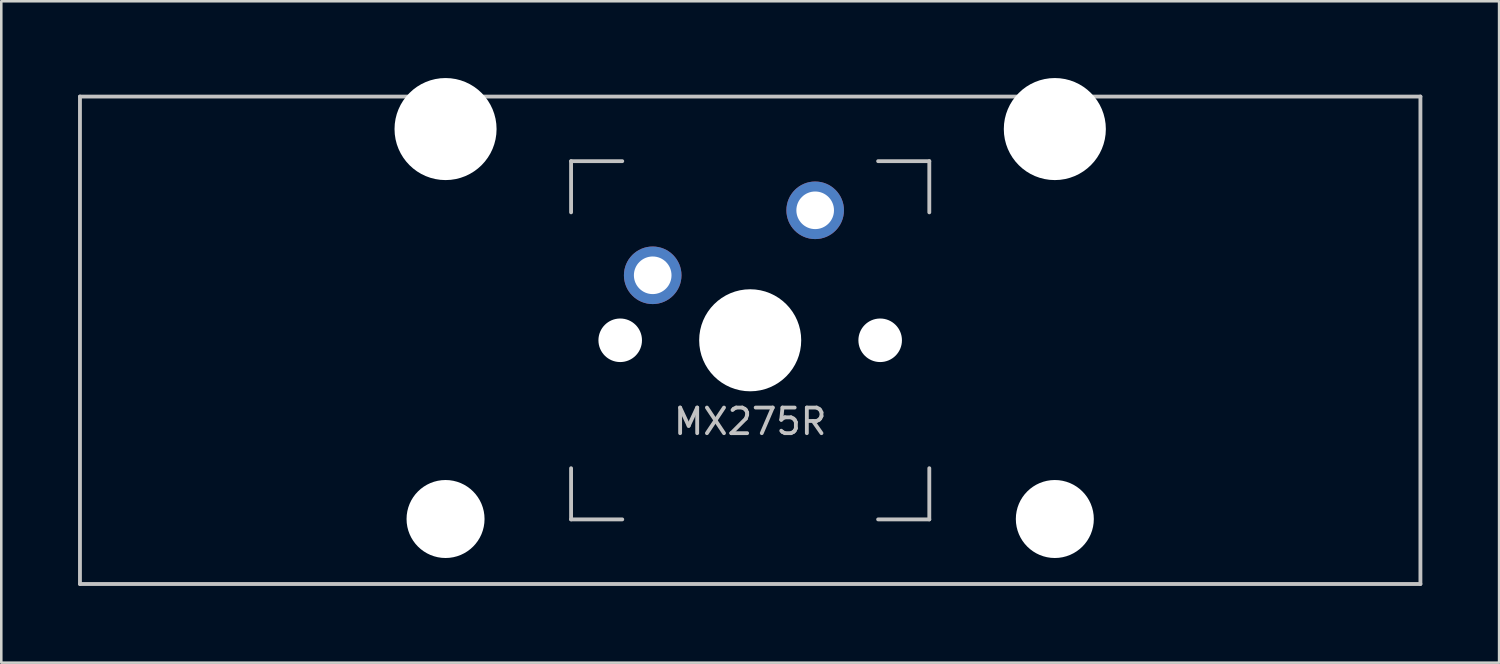
<source format=kicad_pcb>
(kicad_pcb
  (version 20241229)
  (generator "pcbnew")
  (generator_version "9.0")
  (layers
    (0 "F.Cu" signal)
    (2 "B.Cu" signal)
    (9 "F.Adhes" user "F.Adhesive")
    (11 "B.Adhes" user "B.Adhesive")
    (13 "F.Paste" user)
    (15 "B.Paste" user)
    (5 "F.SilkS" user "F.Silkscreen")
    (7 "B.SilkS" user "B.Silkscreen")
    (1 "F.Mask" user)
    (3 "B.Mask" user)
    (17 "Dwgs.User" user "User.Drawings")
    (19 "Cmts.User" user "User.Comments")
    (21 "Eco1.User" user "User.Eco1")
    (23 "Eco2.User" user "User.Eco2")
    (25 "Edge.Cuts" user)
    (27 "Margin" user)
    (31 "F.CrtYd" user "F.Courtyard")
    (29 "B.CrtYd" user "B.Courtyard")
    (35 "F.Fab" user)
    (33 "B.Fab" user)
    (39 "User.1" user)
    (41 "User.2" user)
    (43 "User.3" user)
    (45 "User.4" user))
  (footprint "MX275R"
    (layer "F.Cu")
    (at 26.269 10.249)
    (property "Reference" "MX275R" (at 0 3.175 0) (layer "Dwgs.User") (effects (font (size 1 1) (thickness 0.15))))
    (attr through_hole)
    (fp_line (start -26.194 -9.525) (end 26.194 -9.525) (stroke (width 0.15) (type solid)) (layer "Dwgs.User"))
    (fp_line (start -26.194 9.525) (end -26.194 -9.525) (stroke (width 0.15) (type solid)) (layer "Dwgs.User"))
    (fp_line (start -26.194 9.525) (end 26.194 9.525) (stroke (width 0.15) (type solid)) (layer "Dwgs.User"))
    (fp_line (start -7 -7) (end -7 -5) (stroke (width 0.15) (type solid)) (layer "Dwgs.User"))
    (fp_line (start -7 5) (end -7 7) (stroke (width 0.15) (type solid)) (layer "Dwgs.User"))
    (fp_line (start -7 7) (end -5 7) (stroke (width 0.15) (type solid)) (layer "Dwgs.User"))
    (fp_line (start -5 -7) (end -7 -7) (stroke (width 0.15) (type solid)) (layer "Dwgs.User"))
    (fp_line (start 5 -7) (end 7 -7) (stroke (width 0.15) (type solid)) (layer "Dwgs.User"))
    (fp_line (start 5 7) (end 7 7) (stroke (width 0.15) (type solid)) (layer "Dwgs.User"))
    (fp_line (start 7 -7) (end 7 -5) (stroke (width 0.15) (type solid)) (layer "Dwgs.User"))
    (fp_line (start 7 7) (end 7 5) (stroke (width 0.15) (type solid)) (layer "Dwgs.User"))
    (fp_line (start 26.194 -9.525) (end 26.194 9.525) (stroke (width 0.15) (type solid)) (layer "Dwgs.User"))
    (pad "" np_thru_hole circle (at -11.906 -8.255) (size 3.988 3.988) (drill 3.988) (layers "*.Cu" "*.Mask"))
    (pad "" np_thru_hole circle (at -11.906 6.985) (size 3.048 3.048) (drill 3.048) (layers "*.Cu" "*.Mask"))
    (pad "" np_thru_hole circle (at -5.08 0 48.1) (size 1.702 1.702) (drill 1.702) (layers "*.Cu" "*.Mask"))
    (pad "" np_thru_hole circle (at 0 0) (size 3.988 3.988) (drill 3.988) (layers "*.Cu" "*.Mask"))
    (pad "" np_thru_hole circle (at 5.08 0 48.1) (size 1.702 1.702) (drill 1.702) (layers "*.Cu" "*.Mask"))
    (pad "" np_thru_hole circle (at 11.906 -8.255) (size 3.988 3.988) (drill 3.988) (layers "*.Cu" "*.Mask"))
    (pad "" np_thru_hole circle (at 11.906 6.985) (size 3.048 3.048) (drill 3.048) (layers "*.Cu" "*.Mask"))
    (pad "1" thru_hole circle (at -3.81 -2.54) (size 2.25 2.25) (drill 1.47) (layers "*.Cu" "B.Mask"))
    (pad "2" thru_hole circle (at 2.54 -5.08) (size 2.25 2.25) (drill 1.47) (layers "*.Cu" "B.Mask")))
  (gr_rect
    (start -3 -3)
    (end 55.538 22.849)
    (stroke (width 0.1) (type default))
    (fill no)
    (layer "Edge.Cuts")))
</source>
